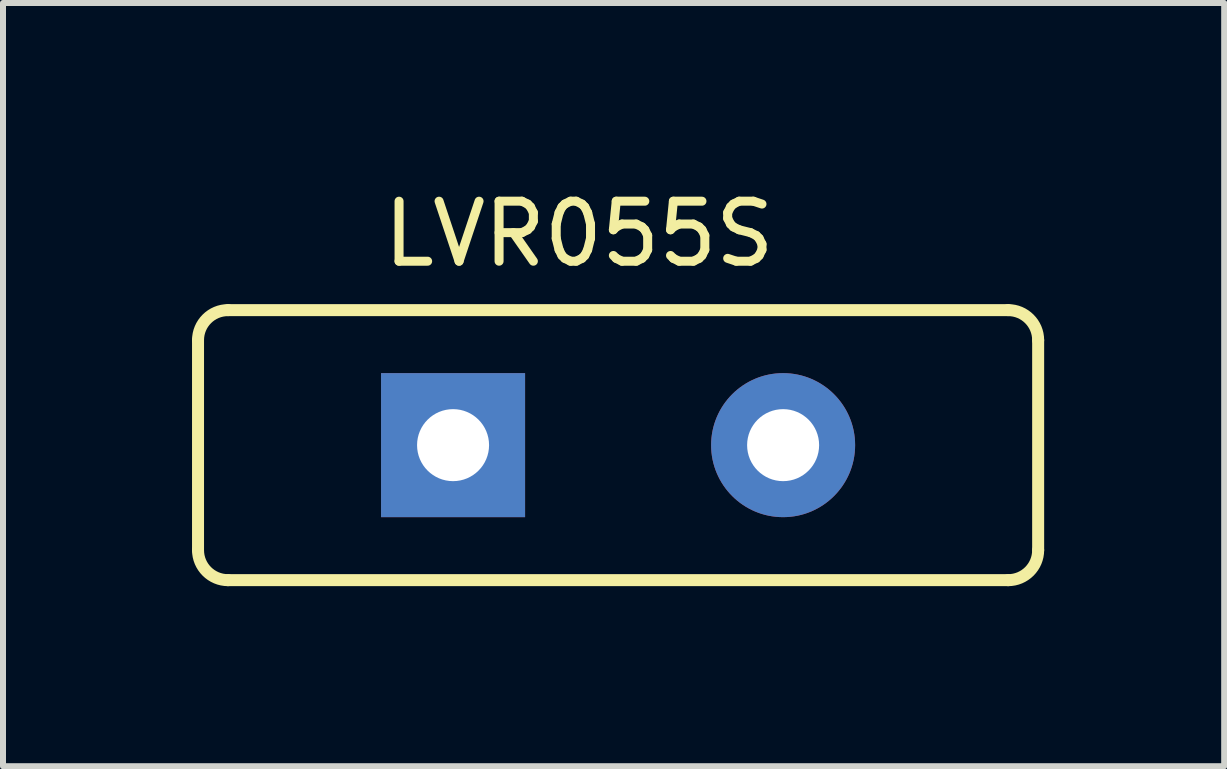
<source format=kicad_pcb>
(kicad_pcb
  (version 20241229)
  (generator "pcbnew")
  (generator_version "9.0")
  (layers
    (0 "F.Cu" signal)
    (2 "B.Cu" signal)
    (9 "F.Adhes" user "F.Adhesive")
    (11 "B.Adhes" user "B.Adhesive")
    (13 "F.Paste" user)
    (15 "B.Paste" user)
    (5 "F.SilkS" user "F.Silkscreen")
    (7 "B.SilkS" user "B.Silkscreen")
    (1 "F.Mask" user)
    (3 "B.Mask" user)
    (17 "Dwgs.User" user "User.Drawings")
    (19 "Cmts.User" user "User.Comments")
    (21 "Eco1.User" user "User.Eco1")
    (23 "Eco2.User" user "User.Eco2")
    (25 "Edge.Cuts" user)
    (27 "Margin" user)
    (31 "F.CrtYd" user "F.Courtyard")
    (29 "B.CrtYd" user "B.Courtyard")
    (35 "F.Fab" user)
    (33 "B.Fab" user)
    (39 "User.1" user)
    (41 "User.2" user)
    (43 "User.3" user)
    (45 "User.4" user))
  (footprint "LVR055S"
    (layer "F.Cu")
    (at 0.25 2.118)
    (property "Reference" "LVR055S" (at 6.35 -1.27 0) (unlocked yes) (layer "F.SilkS") (effects (font (size 1 1) (thickness 0.15))))
    (fp_line (start 0 4) (end 0 0.5) (stroke (width 0.2) (type solid)) (layer "F.SilkS"))
    (fp_line (start 0.5 0) (end 13.5 0) (stroke (width 0.2) (type solid)) (layer "F.SilkS"))
    (fp_line (start 13.5 4.5) (end 0.5 4.5) (stroke (width 0.2) (type solid)) (layer "F.SilkS"))
    (fp_line (start 14 0.5) (end 14 4) (stroke (width 0.2) (type solid)) (layer "F.SilkS"))
    (fp_arc (start 0 0.5) (mid 0.146446 0.146447) (end 0.499999 0.000001) (stroke (width 0.2) (type solid)) (layer "F.SilkS"))
    (fp_arc (start 0.5 4.5) (mid 0.146447 4.353554) (end 0.000001 4.000001) (stroke (width 0.2) (type solid)) (layer "F.SilkS"))
    (fp_arc (start 13.5 0) (mid 13.853553 0.146446) (end 13.999999 0.499999) (stroke (width 0.2) (type solid)) (layer "F.SilkS"))
    (fp_arc (start 14 4) (mid 13.853554 4.353553) (end 13.500001 4.499999) (stroke (width 0.2) (type solid)) (layer "F.SilkS"))
    (pad "1" thru_hole rect (at 4.25 2.25) (size 2.4 2.4) (drill 1.2) (layers "*.Cu" "*.Mask"))
    (pad "2" thru_hole circle (at 9.75 2.25) (size 2.4 2.4) (drill 1.2) (layers "*.Cu" "*.Mask")))
  (gr_rect
    (start -3 -3)
    (end 17.35 9.718)
    (stroke (width 0.1) (type default))
    (fill no)
    (layer "Edge.Cuts")))
</source>
